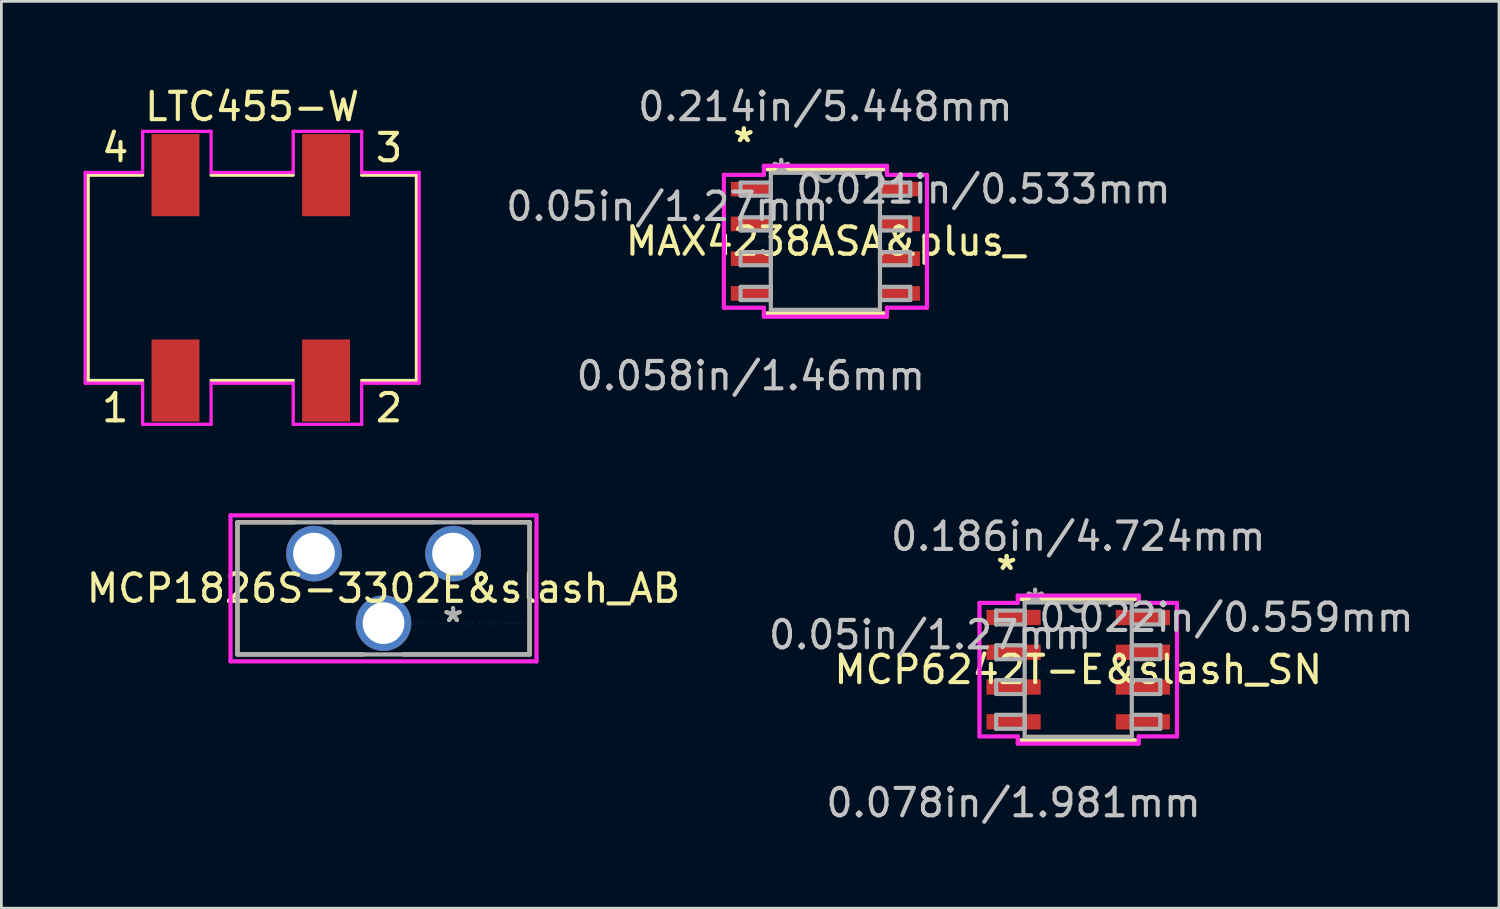
<source format=kicad_pcb>
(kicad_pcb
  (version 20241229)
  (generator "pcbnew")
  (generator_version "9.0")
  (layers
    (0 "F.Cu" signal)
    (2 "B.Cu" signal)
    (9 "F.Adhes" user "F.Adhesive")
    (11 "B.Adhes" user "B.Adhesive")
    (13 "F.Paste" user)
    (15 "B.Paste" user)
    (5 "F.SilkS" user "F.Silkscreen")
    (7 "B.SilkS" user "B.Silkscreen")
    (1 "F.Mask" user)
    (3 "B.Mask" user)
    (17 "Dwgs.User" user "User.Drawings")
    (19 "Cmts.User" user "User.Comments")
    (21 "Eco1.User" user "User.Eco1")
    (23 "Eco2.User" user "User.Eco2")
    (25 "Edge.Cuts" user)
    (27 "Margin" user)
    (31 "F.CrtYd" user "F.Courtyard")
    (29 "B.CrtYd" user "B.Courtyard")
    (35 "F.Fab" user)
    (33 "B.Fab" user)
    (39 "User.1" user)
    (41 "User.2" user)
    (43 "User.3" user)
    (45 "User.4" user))
  (footprint "LTC455-W"
    (layer "F.Cu")
    (at 6.16 6.848)
    (property "Reference" "LTC455-W" (at 0 -6 0) (layer "F.SilkS") (effects (font (size 1 1) (thickness 0.15))))
    (attr through_hole)
    (fp_line (start -6 -3.5) (end -4 -3.5) (stroke (width 0.12) (type solid)) (layer "F.SilkS"))
    (fp_line (start -6 4) (end -6 -3.5) (stroke (width 0.12) (type solid)) (layer "F.SilkS"))
    (fp_line (start -6 4) (end -6 -3.5) (stroke (width 0.12) (type solid)) (layer "F.SilkS"))
    (fp_line (start -4 4) (end -6 4) (stroke (width 0.12) (type solid)) (layer "F.SilkS"))
    (fp_line (start -1.5 -3.5) (end 1.5 -3.5) (stroke (width 0.12) (type solid)) (layer "F.SilkS"))
    (fp_line (start 1.5 4) (end -1.5 4) (stroke (width 0.12) (type solid)) (layer "F.SilkS"))
    (fp_line (start 4 -3.5) (end 6 -3.5) (stroke (width 0.12) (type solid)) (layer "F.SilkS"))
    (fp_line (start 6 -3.5) (end 6 4) (stroke (width 0.12) (type solid)) (layer "F.SilkS"))
    (fp_line (start 6 4) (end 4 4) (stroke (width 0.12) (type solid)) (layer "F.SilkS"))
    (fp_line (start -6.1 -3.6) (end -4 -3.6) (stroke (width 0.12) (type solid)) (layer "F.CrtYd"))
    (fp_line (start -6.1 4.1) (end -6.1 -3.6) (stroke (width 0.12) (type solid)) (layer "F.CrtYd"))
    (fp_line (start -4 -5.1) (end -1.5 -5.1) (stroke (width 0.12) (type solid)) (layer "F.CrtYd"))
    (fp_line (start -4 -3.6) (end -4 -5.1) (stroke (width 0.12) (type solid)) (layer "F.CrtYd"))
    (fp_line (start -4 4.1) (end -6.1 4.1) (stroke (width 0.12) (type solid)) (layer "F.CrtYd"))
    (fp_line (start -4 5.6) (end -4 4.1) (stroke (width 0.12) (type solid)) (layer "F.CrtYd"))
    (fp_line (start -1.5 -5.1) (end -1.5 -3.6) (stroke (width 0.12) (type solid)) (layer "F.CrtYd"))
    (fp_line (start -1.5 -3.6) (end 1.5 -3.6) (stroke (width 0.12) (type solid)) (layer "F.CrtYd"))
    (fp_line (start -1.5 4.1) (end -1.5 5.6) (stroke (width 0.12) (type solid)) (layer "F.CrtYd"))
    (fp_line (start -1.5 5.6) (end -4 5.6) (stroke (width 0.12) (type solid)) (layer "F.CrtYd"))
    (fp_line (start 1.5 -5.1) (end 4 -5.1) (stroke (width 0.12) (type solid)) (layer "F.CrtYd"))
    (fp_line (start 1.5 -3.6) (end 1.5 -5.1) (stroke (width 0.12) (type solid)) (layer "F.CrtYd"))
    (fp_line (start 1.5 4.1) (end -1.5 4.1) (stroke (width 0.12) (type solid)) (layer "F.CrtYd"))
    (fp_line (start 1.5 5.6) (end 1.5 4.1) (stroke (width 0.12) (type solid)) (layer "F.CrtYd"))
    (fp_line (start 4 -5.1) (end 4 -3.6) (stroke (width 0.12) (type solid)) (layer "F.CrtYd"))
    (fp_line (start 4 -3.6) (end 6.1 -3.6) (stroke (width 0.12) (type solid)) (layer "F.CrtYd"))
    (fp_line (start 4 4.1) (end 4 5.6) (stroke (width 0.12) (type solid)) (layer "F.CrtYd"))
    (fp_line (start 4 5.6) (end 1.5 5.6) (stroke (width 0.12) (type solid)) (layer "F.CrtYd"))
    (fp_line (start 6.1 -3.6) (end 6.1 4.1) (stroke (width 0.12) (type solid)) (layer "F.CrtYd"))
    (fp_line (start 6.1 4.1) (end 4 4.1) (stroke (width 0.12) (type solid)) (layer "F.CrtYd"))
    (fp_text user "1" (at -5 5 0) (layer "F.SilkS") (effects (font (size 1 1) (thickness 0.15))))
    (fp_text user "4" (at -5 -4.5 0) (layer "F.SilkS") (effects (font (size 1 1) (thickness 0.15))))
    (fp_text user "2" (at 5 5 0) (layer "F.SilkS") (effects (font (size 1 1) (thickness 0.15))))
    (fp_text user "3" (at 5 -4.5 0) (layer "F.SilkS") (effects (font (size 1 1) (thickness 0.15))))
    (pad "1" smd rect (at -2.8 4) (size 1.75 3) (layers "F.Cu" "F.Mask" "F.Paste"))
    (pad "2" smd rect (at 2.7 4) (size 1.75 3) (layers "F.Cu" "F.Mask" "F.Paste"))
    (pad "3" smd rect (at 2.7 -3.5) (size 1.75 3) (layers "F.Cu" "F.Mask" "F.Paste"))
    (pad "4" smd rect (at -2.8 -3.5) (size 1.75 3) (layers "F.Cu" "F.Mask" "F.Paste")))
  (footprint "MAX4238ASA&plus_"
    (layer "F.Cu")
    (at 27.098 5.763)
    (property "Reference" "MAX4238ASA&plus_" (at 0 0 0) (layer "F.SilkS") (effects (font (size 1 1) (thickness 0.15))))
    (attr through_hole)
    (fp_line (start -2.121 2.629) (end 2.121 2.629) (stroke (width 0.152) (type solid)) (layer "F.SilkS"))
    (fp_line (start 2.121 -2.629) (end -2.121 -2.629) (stroke (width 0.152) (type solid)) (layer "F.SilkS"))
    (fp_line (start -3.708 -2.426) (end -2.248 -2.426) (stroke (width 0.152) (type solid)) (layer "F.CrtYd"))
    (fp_line (start -3.708 2.426) (end -3.708 -2.426) (stroke (width 0.152) (type solid)) (layer "F.CrtYd"))
    (fp_line (start -2.248 -2.756) (end 2.248 -2.756) (stroke (width 0.152) (type solid)) (layer "F.CrtYd"))
    (fp_line (start -2.248 -2.426) (end -2.248 -2.756) (stroke (width 0.152) (type solid)) (layer "F.CrtYd"))
    (fp_line (start -2.248 2.426) (end -3.708 2.426) (stroke (width 0.152) (type solid)) (layer "F.CrtYd"))
    (fp_line (start -2.248 2.756) (end -2.248 2.426) (stroke (width 0.152) (type solid)) (layer "F.CrtYd"))
    (fp_line (start 2.248 -2.756) (end 2.248 -2.426) (stroke (width 0.152) (type solid)) (layer "F.CrtYd"))
    (fp_line (start 2.248 -2.426) (end 3.708 -2.426) (stroke (width 0.152) (type solid)) (layer "F.CrtYd"))
    (fp_line (start 2.248 2.426) (end 2.248 2.756) (stroke (width 0.152) (type solid)) (layer "F.CrtYd"))
    (fp_line (start 2.248 2.756) (end -2.248 2.756) (stroke (width 0.152) (type solid)) (layer "F.CrtYd"))
    (fp_line (start 3.708 -2.426) (end 3.708 2.426) (stroke (width 0.152) (type solid)) (layer "F.CrtYd"))
    (fp_line (start 3.708 2.426) (end 2.248 2.426) (stroke (width 0.152) (type solid)) (layer "F.CrtYd"))
    (fp_line (start -3.099 -2.146) (end -3.099 -1.664) (stroke (width 0.152) (type solid)) (layer "F.Fab"))
    (fp_line (start -3.099 -1.664) (end -1.994 -1.664) (stroke (width 0.152) (type solid)) (layer "F.Fab"))
    (fp_line (start -3.099 -0.876) (end -3.099 -0.394) (stroke (width 0.152) (type solid)) (layer "F.Fab"))
    (fp_line (start -3.099 -0.394) (end -1.994 -0.394) (stroke (width 0.152) (type solid)) (layer "F.Fab"))
    (fp_line (start -3.099 0.394) (end -3.099 0.876) (stroke (width 0.152) (type solid)) (layer "F.Fab"))
    (fp_line (start -3.099 0.876) (end -1.994 0.876) (stroke (width 0.152) (type solid)) (layer "F.Fab"))
    (fp_line (start -3.099 1.664) (end -3.099 2.146) (stroke (width 0.152) (type solid)) (layer "F.Fab"))
    (fp_line (start -3.099 2.146) (end -1.994 2.146) (stroke (width 0.152) (type solid)) (layer "F.Fab"))
    (fp_line (start -1.994 -2.502) (end -1.994 2.502) (stroke (width 0.152) (type solid)) (layer "F.Fab"))
    (fp_line (start -1.994 -2.146) (end -3.099 -2.146) (stroke (width 0.152) (type solid)) (layer "F.Fab"))
    (fp_line (start -1.994 -1.664) (end -1.994 -2.146) (stroke (width 0.152) (type solid)) (layer "F.Fab"))
    (fp_line (start -1.994 -0.876) (end -3.099 -0.876) (stroke (width 0.152) (type solid)) (layer "F.Fab"))
    (fp_line (start -1.994 -0.394) (end -1.994 -0.876) (stroke (width 0.152) (type solid)) (layer "F.Fab"))
    (fp_line (start -1.994 0.394) (end -3.099 0.394) (stroke (width 0.152) (type solid)) (layer "F.Fab"))
    (fp_line (start -1.994 0.876) (end -1.994 0.394) (stroke (width 0.152) (type solid)) (layer "F.Fab"))
    (fp_line (start -1.994 1.664) (end -3.099 1.664) (stroke (width 0.152) (type solid)) (layer "F.Fab"))
    (fp_line (start -1.994 2.146) (end -1.994 1.664) (stroke (width 0.152) (type solid)) (layer "F.Fab"))
    (fp_line (start -1.994 2.502) (end 1.994 2.502) (stroke (width 0.152) (type solid)) (layer "F.Fab"))
    (fp_line (start 1.994 -2.502) (end -1.994 -2.502) (stroke (width 0.152) (type solid)) (layer "F.Fab"))
    (fp_line (start 1.994 -2.146) (end 1.994 -1.664) (stroke (width 0.152) (type solid)) (layer "F.Fab"))
    (fp_line (start 1.994 -1.664) (end 3.099 -1.664) (stroke (width 0.152) (type solid)) (layer "F.Fab"))
    (fp_line (start 1.994 -0.876) (end 1.994 -0.394) (stroke (width 0.152) (type solid)) (layer "F.Fab"))
    (fp_line (start 1.994 -0.394) (end 3.099 -0.394) (stroke (width 0.152) (type solid)) (layer "F.Fab"))
    (fp_line (start 1.994 0.394) (end 1.994 0.876) (stroke (width 0.152) (type solid)) (layer "F.Fab"))
    (fp_line (start 1.994 0.876) (end 3.099 0.876) (stroke (width 0.152) (type solid)) (layer "F.Fab"))
    (fp_line (start 1.994 1.664) (end 1.994 2.146) (stroke (width 0.152) (type solid)) (layer "F.Fab"))
    (fp_line (start 1.994 2.146) (end 3.099 2.146) (stroke (width 0.152) (type solid)) (layer "F.Fab"))
    (fp_line (start 1.994 2.502) (end 1.994 -2.502) (stroke (width 0.152) (type solid)) (layer "F.Fab"))
    (fp_line (start 3.099 -2.146) (end 1.994 -2.146) (stroke (width 0.152) (type solid)) (layer "F.Fab"))
    (fp_line (start 3.099 -1.664) (end 3.099 -2.146) (stroke (width 0.152) (type solid)) (layer "F.Fab"))
    (fp_line (start 3.099 -0.876) (end 1.994 -0.876) (stroke (width 0.152) (type solid)) (layer "F.Fab"))
    (fp_line (start 3.099 -0.394) (end 3.099 -0.876) (stroke (width 0.152) (type solid)) (layer "F.Fab"))
    (fp_line (start 3.099 0.394) (end 1.994 0.394) (stroke (width 0.152) (type solid)) (layer "F.Fab"))
    (fp_line (start 3.099 0.876) (end 3.099 0.394) (stroke (width 0.152) (type solid)) (layer "F.Fab"))
    (fp_line (start 3.099 1.664) (end 1.994 1.664) (stroke (width 0.152) (type solid)) (layer "F.Fab"))
    (fp_line (start 3.099 2.146) (end 3.099 1.664) (stroke (width 0.152) (type solid)) (layer "F.Fab"))
    (fp_arc (start 0.3048 -2.5019) (mid 0 -2.1971) (end -0.3048 -2.5019) (stroke (width 0.1524) (type solid)) (layer "F.Fab"))
    (fp_text user "*" (at -2.978 -3.581 0) (layer "F.SilkS") (effects (font (size 1 1) (thickness 0.15))))
    (fp_text user "*" (at -2.978 -3.581 0) (layer "F.SilkS") (effects (font (size 1 1) (thickness 0.15))))
    (fp_text user "0.021in/0.533mm" (at 5.772 -1.905 0) (layer "Dwgs.User") (effects (font (size 1 1) (thickness 0.15))))
    (fp_text user "0.214in/5.448mm" (at 0 -4.915 0) (layer "Dwgs.User") (effects (font (size 1 1) (thickness 0.15))))
    (fp_text user "0.058in/1.46mm" (at -2.724 4.915 0) (layer "Dwgs.User") (effects (font (size 1 1) (thickness 0.15))))
    (fp_text user "0.05in/1.27mm" (at -5.772 -1.27 0) (layer "Dwgs.User") (effects (font (size 1 1) (thickness 0.15))))
    (fp_text user "Copyright 2016 Accelerated Designs. All rights reserved." (at 0 0 0) (layer "Cmts.User") (effects (font (size 0.127 0.127) (thickness 0.002))))
    (fp_text user "*" (at -1.613 -2.426 0) (layer "F.Fab") (effects (font (size 1 1) (thickness 0.15))))
    (fp_text user "*" (at -1.613 -2.426 0) (layer "F.Fab") (effects (font (size 1 1) (thickness 0.15))))
    (pad "1" smd rect (at -2.724 -1.905) (size 1.46 0.533) (layers "F.Cu" "F.Mask" "F.Paste"))
    (pad "2" smd rect (at -2.724 -0.635) (size 1.46 0.533) (layers "F.Cu" "F.Mask" "F.Paste"))
    (pad "3" smd rect (at -2.724 0.635) (size 1.46 0.533) (layers "F.Cu" "F.Mask" "F.Paste"))
    (pad "4" smd rect (at -2.724 1.905) (size 1.46 0.533) (layers "F.Cu" "F.Mask" "F.Paste"))
    (pad "5" smd rect (at 2.724 1.905) (size 1.46 0.533) (layers "F.Cu" "F.Mask" "F.Paste"))
    (pad "6" smd rect (at 2.724 0.635) (size 1.46 0.533) (layers "F.Cu" "F.Mask" "F.Paste"))
    (pad "7" smd rect (at 2.724 -0.635) (size 1.46 0.533) (layers "F.Cu" "F.Mask" "F.Paste"))
    (pad "8" smd rect (at 2.724 -1.905) (size 1.46 0.533) (layers "F.Cu" "F.Mask" "F.Paste")))
  (footprint "MCP1826S-3302E&slash_AB"
    (layer "F.Cu")
    (at 13.498 19.71)
    (property "Reference" "MCP1826S-3302E&slash_AB" (at -2.54 -1.27 0) (layer "F.SilkS") (effects (font (size 1 1) (thickness 0.15))))
    (attr through_hole)
    (fp_line (start -7.874 -3.683) (end -7.874 1.143) (stroke (width 0.152) (type solid)) (layer "F.SilkS"))
    (fp_line (start -7.874 1.143) (end -3.256 1.143) (stroke (width 0.152) (type solid)) (layer "F.SilkS"))
    (fp_line (start -5.796 -3.683) (end -7.874 -3.683) (stroke (width 0.152) (type solid)) (layer "F.SilkS"))
    (fp_line (start -1.824 1.143) (end 2.794 1.143) (stroke (width 0.152) (type solid)) (layer "F.SilkS"))
    (fp_line (start -0.716 -3.683) (end -4.364 -3.683) (stroke (width 0.152) (type solid)) (layer "F.SilkS"))
    (fp_line (start 2.794 -3.683) (end 0.716 -3.683) (stroke (width 0.152) (type solid)) (layer "F.SilkS"))
    (fp_line (start 2.794 1.143) (end 2.794 -3.683) (stroke (width 0.152) (type solid)) (layer "F.SilkS"))
    (fp_line (start -8.128 -3.937) (end -8.128 1.397) (stroke (width 0.152) (type solid)) (layer "F.CrtYd"))
    (fp_line (start -8.128 1.397) (end 3.048 1.397) (stroke (width 0.152) (type solid)) (layer "F.CrtYd"))
    (fp_line (start 3.048 -3.937) (end -8.128 -3.937) (stroke (width 0.152) (type solid)) (layer "F.CrtYd"))
    (fp_line (start 3.048 1.397) (end 3.048 -3.937) (stroke (width 0.152) (type solid)) (layer "F.CrtYd"))
    (fp_line (start -7.874 -3.683) (end -7.874 1.143) (stroke (width 0.152) (type solid)) (layer "F.Fab"))
    (fp_line (start -7.874 1.143) (end 2.794 1.143) (stroke (width 0.152) (type solid)) (layer "F.Fab"))
    (fp_line (start 2.794 -3.683) (end -7.874 -3.683) (stroke (width 0.152) (type solid)) (layer "F.Fab"))
    (fp_line (start 2.794 1.143) (end 2.794 -3.683) (stroke (width 0.152) (type solid)) (layer "F.Fab"))
    (fp_text user "*" (at 0 0 0) (layer "F.SilkS") (effects (font (size 1 1) (thickness 0.15))))
    (fp_text user "Copyright 2016 Accelerated Designs. All rights reserved." (at 0 0 0) (layer "Cmts.User") (effects (font (size 0.127 0.127) (thickness 0.002))))
    (fp_text user "*" (at 0 0 0) (layer "F.Fab") (effects (font (size 1 1) (thickness 0.15))))
    (pad "1" thru_hole circle (at -5.08 -2.54) (size 2.032 2.032) (drill 1.524) (layers "*.Cu" "*.Mask"))
    (pad "2" thru_hole circle (at -2.54 0) (size 2.032 2.032) (drill 1.524) (layers "*.Cu" "*.Mask"))
    (pad "3" thru_hole circle (at 0 -2.54) (size 2.032 2.032) (drill 1.524) (layers "*.Cu" "*.Mask")))
  (footprint "MCP6242T-E&slash_SN"
    (layer "F.Cu")
    (at 36.333 21.409)
    (property "Reference" "MCP6242T-E&slash_SN" (at 0 0 0) (layer "F.SilkS") (effects (font (size 1 1) (thickness 0.15))))
    (attr through_hole)
    (fp_line (start -2.083 2.578) (end 2.083 2.578) (stroke (width 0.152) (type solid)) (layer "F.SilkS"))
    (fp_line (start 2.083 -2.578) (end -2.083 -2.578) (stroke (width 0.152) (type solid)) (layer "F.SilkS"))
    (fp_line (start -3.607 -2.438) (end -2.21 -2.438) (stroke (width 0.152) (type solid)) (layer "F.CrtYd"))
    (fp_line (start -3.607 2.438) (end -3.607 -2.438) (stroke (width 0.152) (type solid)) (layer "F.CrtYd"))
    (fp_line (start -2.21 -2.705) (end 2.21 -2.705) (stroke (width 0.152) (type solid)) (layer "F.CrtYd"))
    (fp_line (start -2.21 -2.438) (end -2.21 -2.705) (stroke (width 0.152) (type solid)) (layer "F.CrtYd"))
    (fp_line (start -2.21 2.438) (end -3.607 2.438) (stroke (width 0.152) (type solid)) (layer "F.CrtYd"))
    (fp_line (start -2.21 2.705) (end -2.21 2.438) (stroke (width 0.152) (type solid)) (layer "F.CrtYd"))
    (fp_line (start 2.21 -2.705) (end 2.21 -2.438) (stroke (width 0.152) (type solid)) (layer "F.CrtYd"))
    (fp_line (start 2.21 -2.438) (end 3.607 -2.438) (stroke (width 0.152) (type solid)) (layer "F.CrtYd"))
    (fp_line (start 2.21 2.438) (end 2.21 2.705) (stroke (width 0.152) (type solid)) (layer "F.CrtYd"))
    (fp_line (start 2.21 2.705) (end -2.21 2.705) (stroke (width 0.152) (type solid)) (layer "F.CrtYd"))
    (fp_line (start 3.607 -2.438) (end 3.607 2.438) (stroke (width 0.152) (type solid)) (layer "F.CrtYd"))
    (fp_line (start 3.607 2.438) (end 2.21 2.438) (stroke (width 0.152) (type solid)) (layer "F.CrtYd"))
    (fp_line (start -2.997 -2.159) (end -2.997 -1.651) (stroke (width 0.152) (type solid)) (layer "F.Fab"))
    (fp_line (start -2.997 -1.651) (end -1.956 -1.651) (stroke (width 0.152) (type solid)) (layer "F.Fab"))
    (fp_line (start -2.997 -0.889) (end -2.997 -0.381) (stroke (width 0.152) (type solid)) (layer "F.Fab"))
    (fp_line (start -2.997 -0.381) (end -1.956 -0.381) (stroke (width 0.152) (type solid)) (layer "F.Fab"))
    (fp_line (start -2.997 0.381) (end -2.997 0.889) (stroke (width 0.152) (type solid)) (layer "F.Fab"))
    (fp_line (start -2.997 0.889) (end -1.956 0.889) (stroke (width 0.152) (type solid)) (layer "F.Fab"))
    (fp_line (start -2.997 1.651) (end -2.997 2.159) (stroke (width 0.152) (type solid)) (layer "F.Fab"))
    (fp_line (start -2.997 2.159) (end -1.956 2.159) (stroke (width 0.152) (type solid)) (layer "F.Fab"))
    (fp_line (start -1.956 -2.451) (end -1.956 2.451) (stroke (width 0.152) (type solid)) (layer "F.Fab"))
    (fp_line (start -1.956 -2.159) (end -2.997 -2.159) (stroke (width 0.152) (type solid)) (layer "F.Fab"))
    (fp_line (start -1.956 -1.651) (end -1.956 -2.159) (stroke (width 0.152) (type solid)) (layer "F.Fab"))
    (fp_line (start -1.956 -0.889) (end -2.997 -0.889) (stroke (width 0.152) (type solid)) (layer "F.Fab"))
    (fp_line (start -1.956 -0.381) (end -1.956 -0.889) (stroke (width 0.152) (type solid)) (layer "F.Fab"))
    (fp_line (start -1.956 0.381) (end -2.997 0.381) (stroke (width 0.152) (type solid)) (layer "F.Fab"))
    (fp_line (start -1.956 0.889) (end -1.956 0.381) (stroke (width 0.152) (type solid)) (layer "F.Fab"))
    (fp_line (start -1.956 1.651) (end -2.997 1.651) (stroke (width 0.152) (type solid)) (layer "F.Fab"))
    (fp_line (start -1.956 2.159) (end -1.956 1.651) (stroke (width 0.152) (type solid)) (layer "F.Fab"))
    (fp_line (start -1.956 2.451) (end 1.956 2.451) (stroke (width 0.152) (type solid)) (layer "F.Fab"))
    (fp_line (start 1.956 -2.451) (end -1.956 -2.451) (stroke (width 0.152) (type solid)) (layer "F.Fab"))
    (fp_line (start 1.956 -2.159) (end 1.956 -1.651) (stroke (width 0.152) (type solid)) (layer "F.Fab"))
    (fp_line (start 1.956 -1.651) (end 2.997 -1.651) (stroke (width 0.152) (type solid)) (layer "F.Fab"))
    (fp_line (start 1.956 -0.889) (end 1.956 -0.381) (stroke (width 0.152) (type solid)) (layer "F.Fab"))
    (fp_line (start 1.956 -0.381) (end 2.997 -0.381) (stroke (width 0.152) (type solid)) (layer "F.Fab"))
    (fp_line (start 1.956 0.381) (end 1.956 0.889) (stroke (width 0.152) (type solid)) (layer "F.Fab"))
    (fp_line (start 1.956 0.889) (end 2.997 0.889) (stroke (width 0.152) (type solid)) (layer "F.Fab"))
    (fp_line (start 1.956 1.651) (end 1.956 2.159) (stroke (width 0.152) (type solid)) (layer "F.Fab"))
    (fp_line (start 1.956 2.159) (end 2.997 2.159) (stroke (width 0.152) (type solid)) (layer "F.Fab"))
    (fp_line (start 1.956 2.451) (end 1.956 -2.451) (stroke (width 0.152) (type solid)) (layer "F.Fab"))
    (fp_line (start 2.997 -2.159) (end 1.956 -2.159) (stroke (width 0.152) (type solid)) (layer "F.Fab"))
    (fp_line (start 2.997 -1.651) (end 2.997 -2.159) (stroke (width 0.152) (type solid)) (layer "F.Fab"))
    (fp_line (start 2.997 -0.889) (end 1.956 -0.889) (stroke (width 0.152) (type solid)) (layer "F.Fab"))
    (fp_line (start 2.997 -0.381) (end 2.997 -0.889) (stroke (width 0.152) (type solid)) (layer "F.Fab"))
    (fp_line (start 2.997 0.381) (end 1.956 0.381) (stroke (width 0.152) (type solid)) (layer "F.Fab"))
    (fp_line (start 2.997 0.889) (end 2.997 0.381) (stroke (width 0.152) (type solid)) (layer "F.Fab"))
    (fp_line (start 2.997 1.651) (end 1.956 1.651) (stroke (width 0.152) (type solid)) (layer "F.Fab"))
    (fp_line (start 2.997 2.159) (end 2.997 1.651) (stroke (width 0.152) (type solid)) (layer "F.Fab"))
    (fp_arc (start 0.3048 -2.4511) (mid 0 -2.1463) (end -0.3048 -2.4511) (stroke (width 0.1524) (type solid)) (layer "F.Fab"))
    (fp_text user "*" (at -2.616 -3.607 0) (layer "F.SilkS") (effects (font (size 1 1) (thickness 0.15))))
    (fp_text user "*" (at -2.616 -3.607 0) (layer "F.SilkS") (effects (font (size 1 1) (thickness 0.15))))
    (fp_text user "0.05in/1.27mm" (at -5.41 -1.27 0) (layer "Dwgs.User") (effects (font (size 1 1) (thickness 0.15))))
    (fp_text user "0.078in/1.981mm" (at -2.362 4.864 0) (layer "Dwgs.User") (effects (font (size 1 1) (thickness 0.15))))
    (fp_text user "0.022in/0.559mm" (at 5.41 -1.905 0) (layer "Dwgs.User") (effects (font (size 1 1) (thickness 0.15))))
    (fp_text user "0.186in/4.724mm" (at 0 -4.864 0) (layer "Dwgs.User") (effects (font (size 1 1) (thickness 0.15))))
    (fp_text user "Copyright 2016 Accelerated Designs. All rights reserved." (at 0 0 0) (layer "Cmts.User") (effects (font (size 0.127 0.127) (thickness 0.002))))
    (fp_text user "*" (at -1.575 -2.375 0) (layer "F.Fab") (effects (font (size 1 1) (thickness 0.15))))
    (fp_text user "*" (at -1.575 -2.375 0) (layer "F.Fab") (effects (font (size 1 1) (thickness 0.15))))
    (pad "1" smd rect (at -2.362 -1.905) (size 1.981 0.559) (layers "F.Cu" "F.Mask" "F.Paste"))
    (pad "2" smd rect (at -2.362 -0.635) (size 1.981 0.559) (layers "F.Cu" "F.Mask" "F.Paste"))
    (pad "3" smd rect (at -2.362 0.635) (size 1.981 0.559) (layers "F.Cu" "F.Mask" "F.Paste"))
    (pad "4" smd rect (at -2.362 1.905) (size 1.981 0.559) (layers "F.Cu" "F.Mask" "F.Paste"))
    (pad "5" smd rect (at 2.362 1.905) (size 1.981 0.559) (layers "F.Cu" "F.Mask" "F.Paste"))
    (pad "6" smd rect (at 2.362 0.635) (size 1.981 0.559) (layers "F.Cu" "F.Mask" "F.Paste"))
    (pad "7" smd rect (at 2.362 -0.635) (size 1.981 0.559) (layers "F.Cu" "F.Mask" "F.Paste"))
    (pad "8" smd rect (at 2.362 -1.905) (size 1.981 0.559) (layers "F.Cu" "F.Mask" "F.Paste")))
  (gr_rect
    (start -3 -3)
    (end 51.701 30.121)
    (stroke (width 0.1) (type default))
    (fill no)
    (layer "Edge.Cuts")))
</source>
